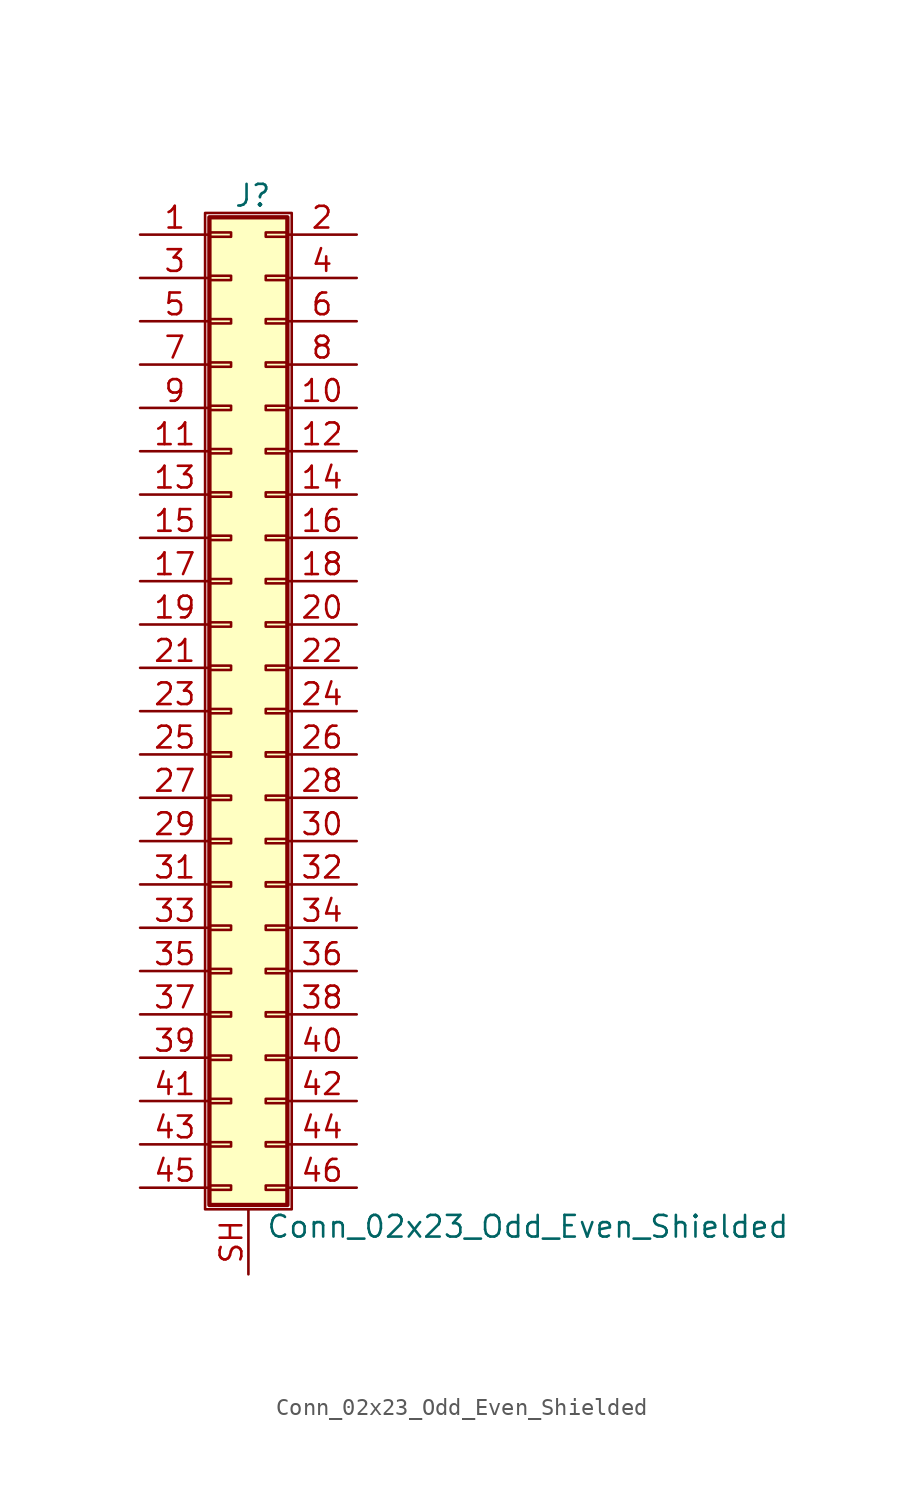
<source format=kicad_sym>
(kicad_symbol_lib
  (version 20201005)
  (generator kicad_symbol_editor)
  (symbol "Conn_02x23_Odd_Even_Shielded"
    (pin_names
      (offset 1.016) hide)
    (property "Reference" "J"
      (at 1.524 30.226 0)
      (effects (font (size 1.27 1.27))))
    (property "Value" "Conn_02x23_Odd_Even_Shielded"
      (at 2.286 -30.226 0)
      (effects (font (size 1.27 1.27)) (justify left)))
    (symbol "Conn_02x23_Odd_Even_Shielded_1_1"
      (rectangle (start -1.27 29.21) (end 3.81 -29.21) (stroke (width 0.152)) (fill (type none)))
      (rectangle (start -1.016 -27.813) (end 0.254 -28.067) (stroke (width 0.152)) (fill (type none)))
      (rectangle (start -1.016 -25.273) (end 0.254 -25.527) (stroke (width 0.152)) (fill (type none)))
      (rectangle (start -1.016 -22.733) (end 0.254 -22.987) (stroke (width 0.152)) (fill (type none)))
      (rectangle (start -1.016 -20.193) (end 0.254 -20.447) (stroke (width 0.152)) (fill (type none)))
      (rectangle (start -1.016 -17.653) (end 0.254 -17.907) (stroke (width 0.152)) (fill (type none)))
      (rectangle (start -1.016 -15.113) (end 0.254 -15.367) (stroke (width 0.152)) (fill (type none)))
      (rectangle (start -1.016 -12.573) (end 0.254 -12.827) (stroke (width 0.152)) (fill (type none)))
      (rectangle (start -1.016 -10.033) (end 0.254 -10.287) (stroke (width 0.152)) (fill (type none)))
      (rectangle (start -1.016 -7.493) (end 0.254 -7.747) (stroke (width 0.152)) (fill (type none)))
      (rectangle (start -1.016 -4.953) (end 0.254 -5.207) (stroke (width 0.152)) (fill (type none)))
      (rectangle (start -1.016 -2.413) (end 0.254 -2.667) (stroke (width 0.152)) (fill (type none)))
      (rectangle (start -1.016 0.127) (end 0.254 -0.127) (stroke (width 0.152)) (fill (type none)))
      (rectangle (start -1.016 2.667) (end 0.254 2.413) (stroke (width 0.152)) (fill (type none)))
      (rectangle (start -1.016 5.207) (end 0.254 4.953) (stroke (width 0.152)) (fill (type none)))
      (rectangle (start -1.016 7.747) (end 0.254 7.493) (stroke (width 0.152)) (fill (type none)))
      (rectangle (start -1.016 10.287) (end 0.254 10.033) (stroke (width 0.152)) (fill (type none)))
      (rectangle (start -1.016 12.827) (end 0.254 12.573) (stroke (width 0.152)) (fill (type none)))
      (rectangle (start -1.016 15.367) (end 0.254 15.113) (stroke (width 0.152)) (fill (type none)))
      (rectangle (start -1.016 17.907) (end 0.254 17.653) (stroke (width 0.152)) (fill (type none)))
      (rectangle (start -1.016 20.447) (end 0.254 20.193) (stroke (width 0.152)) (fill (type none)))
      (rectangle (start -1.016 22.987) (end 0.254 22.733) (stroke (width 0.152)) (fill (type none)))
      (rectangle (start -1.016 25.527) (end 0.254 25.273) (stroke (width 0.152)) (fill (type none)))
      (rectangle (start -1.016 28.067) (end 0.254 27.813) (stroke (width 0.152)) (fill (type none)))
      (rectangle (start 3.556 -27.813) (end 2.286 -28.067) (stroke (width 0.152)) (fill (type none)))
      (rectangle (start 3.556 -25.273) (end 2.286 -25.527) (stroke (width 0.152)) (fill (type none)))
      (rectangle (start 3.556 -22.733) (end 2.286 -22.987) (stroke (width 0.152)) (fill (type none)))
      (rectangle (start 3.556 -20.193) (end 2.286 -20.447) (stroke (width 0.152)) (fill (type none)))
      (rectangle (start 3.556 -17.653) (end 2.286 -17.907) (stroke (width 0.152)) (fill (type none)))
      (rectangle (start 3.556 -15.113) (end 2.286 -15.367) (stroke (width 0.152)) (fill (type none)))
      (rectangle (start 3.556 -12.573) (end 2.286 -12.827) (stroke (width 0.152)) (fill (type none)))
      (rectangle (start 3.556 -10.033) (end 2.286 -10.287) (stroke (width 0.152)) (fill (type none)))
      (rectangle (start 3.556 -7.493) (end 2.286 -7.747) (stroke (width 0.152)) (fill (type none)))
      (rectangle (start 3.556 -4.953) (end 2.286 -5.207) (stroke (width 0.152)) (fill (type none)))
      (rectangle (start 3.556 -2.413) (end 2.286 -2.667) (stroke (width 0.152)) (fill (type none)))
      (rectangle (start 3.556 0.127) (end 2.286 -0.127) (stroke (width 0.152)) (fill (type none)))
      (rectangle (start 3.556 2.667) (end 2.286 2.413) (stroke (width 0.152)) (fill (type none)))
      (rectangle (start 3.556 5.207) (end 2.286 4.953) (stroke (width 0.152)) (fill (type none)))
      (rectangle (start 3.556 7.747) (end 2.286 7.493) (stroke (width 0.152)) (fill (type none)))
      (rectangle (start 3.556 10.287) (end 2.286 10.033) (stroke (width 0.152)) (fill (type none)))
      (rectangle (start 3.556 12.827) (end 2.286 12.573) (stroke (width 0.152)) (fill (type none)))
      (rectangle (start 3.556 15.367) (end 2.286 15.113) (stroke (width 0.152)) (fill (type none)))
      (rectangle (start 3.556 17.907) (end 2.286 17.653) (stroke (width 0.152)) (fill (type none)))
      (rectangle (start 3.556 20.447) (end 2.286 20.193) (stroke (width 0.152)) (fill (type none)))
      (rectangle (start 3.556 22.987) (end 2.286 22.733) (stroke (width 0.152)) (fill (type none)))
      (rectangle (start 3.556 25.527) (end 2.286 25.273) (stroke (width 0.152)) (fill (type none)))
      (rectangle (start 3.556 28.067) (end 2.286 27.813) (stroke (width 0.152)) (fill (type none)))
      (rectangle (start -1.016 28.956) (end 3.556 -28.956) (stroke (width 0.254)) (fill (type background)))
      (pin passive line (at -5.08 27.94 0) (length 4.064) (name "Pin_1" (effects (font (size 1.27 1.27)))) (number "1" (effects (font (size 1.27 1.27)))))
      (pin passive line (at 7.62 17.78 180) (length 4.064) (name "Pin_10" (effects (font (size 1.27 1.27)))) (number "10" (effects (font (size 1.27 1.27)))))
      (pin passive line (at -5.08 15.24 0) (length 4.064) (name "Pin_11" (effects (font (size 1.27 1.27)))) (number "11" (effects (font (size 1.27 1.27)))))
      (pin passive line (at 7.62 15.24 180) (length 4.064) (name "Pin_12" (effects (font (size 1.27 1.27)))) (number "12" (effects (font (size 1.27 1.27)))))
      (pin passive line (at -5.08 12.7 0) (length 4.064) (name "Pin_13" (effects (font (size 1.27 1.27)))) (number "13" (effects (font (size 1.27 1.27)))))
      (pin passive line (at 7.62 12.7 180) (length 4.064) (name "Pin_14" (effects (font (size 1.27 1.27)))) (number "14" (effects (font (size 1.27 1.27)))))
      (pin passive line (at -5.08 10.16 0) (length 4.064) (name "Pin_15" (effects (font (size 1.27 1.27)))) (number "15" (effects (font (size 1.27 1.27)))))
      (pin passive line (at 7.62 10.16 180) (length 4.064) (name "Pin_16" (effects (font (size 1.27 1.27)))) (number "16" (effects (font (size 1.27 1.27)))))
      (pin passive line (at -5.08 7.62 0) (length 4.064) (name "Pin_17" (effects (font (size 1.27 1.27)))) (number "17" (effects (font (size 1.27 1.27)))))
      (pin passive line (at 7.62 7.62 180) (length 4.064) (name "Pin_18" (effects (font (size 1.27 1.27)))) (number "18" (effects (font (size 1.27 1.27)))))
      (pin passive line (at -5.08 5.08 0) (length 4.064) (name "Pin_19" (effects (font (size 1.27 1.27)))) (number "19" (effects (font (size 1.27 1.27)))))
      (pin passive line (at 7.62 27.94 180) (length 4.064) (name "Pin_2" (effects (font (size 1.27 1.27)))) (number "2" (effects (font (size 1.27 1.27)))))
      (pin passive line (at 7.62 5.08 180) (length 4.064) (name "Pin_20" (effects (font (size 1.27 1.27)))) (number "20" (effects (font (size 1.27 1.27)))))
      (pin passive line (at -5.08 2.54 0) (length 4.064) (name "Pin_21" (effects (font (size 1.27 1.27)))) (number "21" (effects (font (size 1.27 1.27)))))
      (pin passive line (at 7.62 2.54 180) (length 4.064) (name "Pin_22" (effects (font (size 1.27 1.27)))) (number "22" (effects (font (size 1.27 1.27)))))
      (pin passive line (at -5.08 0 0) (length 4.064) (name "Pin_23" (effects (font (size 1.27 1.27)))) (number "23" (effects (font (size 1.27 1.27)))))
      (pin passive line (at 7.62 0 180) (length 4.064) (name "Pin_24" (effects (font (size 1.27 1.27)))) (number "24" (effects (font (size 1.27 1.27)))))
      (pin passive line (at -5.08 -2.54 0) (length 4.064) (name "Pin_25" (effects (font (size 1.27 1.27)))) (number "25" (effects (font (size 1.27 1.27)))))
      (pin passive line (at 7.62 -2.54 180) (length 4.064) (name "Pin_26" (effects (font (size 1.27 1.27)))) (number "26" (effects (font (size 1.27 1.27)))))
      (pin passive line (at -5.08 -5.08 0) (length 4.064) (name "Pin_27" (effects (font (size 1.27 1.27)))) (number "27" (effects (font (size 1.27 1.27)))))
      (pin passive line (at 7.62 -5.08 180) (length 4.064) (name "Pin_28" (effects (font (size 1.27 1.27)))) (number "28" (effects (font (size 1.27 1.27)))))
      (pin passive line (at -5.08 -7.62 0) (length 4.064) (name "Pin_29" (effects (font (size 1.27 1.27)))) (number "29" (effects (font (size 1.27 1.27)))))
      (pin passive line (at -5.08 25.4 0) (length 4.064) (name "Pin_3" (effects (font (size 1.27 1.27)))) (number "3" (effects (font (size 1.27 1.27)))))
      (pin passive line (at 7.62 -7.62 180) (length 4.064) (name "Pin_30" (effects (font (size 1.27 1.27)))) (number "30" (effects (font (size 1.27 1.27)))))
      (pin passive line (at -5.08 -10.16 0) (length 4.064) (name "Pin_31" (effects (font (size 1.27 1.27)))) (number "31" (effects (font (size 1.27 1.27)))))
      (pin passive line (at 7.62 -10.16 180) (length 4.064) (name "Pin_32" (effects (font (size 1.27 1.27)))) (number "32" (effects (font (size 1.27 1.27)))))
      (pin passive line (at -5.08 -12.7 0) (length 4.064) (name "Pin_33" (effects (font (size 1.27 1.27)))) (number "33" (effects (font (size 1.27 1.27)))))
      (pin passive line (at 7.62 -12.7 180) (length 4.064) (name "Pin_34" (effects (font (size 1.27 1.27)))) (number "34" (effects (font (size 1.27 1.27)))))
      (pin passive line (at -5.08 -15.24 0) (length 4.064) (name "Pin_35" (effects (font (size 1.27 1.27)))) (number "35" (effects (font (size 1.27 1.27)))))
      (pin passive line (at 7.62 -15.24 180) (length 4.064) (name "Pin_36" (effects (font (size 1.27 1.27)))) (number "36" (effects (font (size 1.27 1.27)))))
      (pin passive line (at -5.08 -17.78 0) (length 4.064) (name "Pin_37" (effects (font (size 1.27 1.27)))) (number "37" (effects (font (size 1.27 1.27)))))
      (pin passive line (at 7.62 -17.78 180) (length 4.064) (name "Pin_38" (effects (font (size 1.27 1.27)))) (number "38" (effects (font (size 1.27 1.27)))))
      (pin passive line (at -5.08 -20.32 0) (length 4.064) (name "Pin_39" (effects (font (size 1.27 1.27)))) (number "39" (effects (font (size 1.27 1.27)))))
      (pin passive line (at 7.62 25.4 180) (length 4.064) (name "Pin_4" (effects (font (size 1.27 1.27)))) (number "4" (effects (font (size 1.27 1.27)))))
      (pin passive line (at 7.62 -20.32 180) (length 4.064) (name "Pin_40" (effects (font (size 1.27 1.27)))) (number "40" (effects (font (size 1.27 1.27)))))
      (pin passive line (at -5.08 -22.86 0) (length 4.064) (name "Pin_41" (effects (font (size 1.27 1.27)))) (number "41" (effects (font (size 1.27 1.27)))))
      (pin passive line (at 7.62 -22.86 180) (length 4.064) (name "Pin_42" (effects (font (size 1.27 1.27)))) (number "42" (effects (font (size 1.27 1.27)))))
      (pin passive line (at -5.08 -25.4 0) (length 4.064) (name "Pin_43" (effects (font (size 1.27 1.27)))) (number "43" (effects (font (size 1.27 1.27)))))
      (pin passive line (at 7.62 -25.4 180) (length 4.064) (name "Pin_44" (effects (font (size 1.27 1.27)))) (number "44" (effects (font (size 1.27 1.27)))))
      (pin passive line (at -5.08 -27.94 0) (length 4.064) (name "Pin_45" (effects (font (size 1.27 1.27)))) (number "45" (effects (font (size 1.27 1.27)))))
      (pin passive line (at 7.62 -27.94 180) (length 4.064) (name "Pin_46" (effects (font (size 1.27 1.27)))) (number "46" (effects (font (size 1.27 1.27)))))
      (pin passive line (at -5.08 22.86 0) (length 4.064) (name "Pin_5" (effects (font (size 1.27 1.27)))) (number "5" (effects (font (size 1.27 1.27)))))
      (pin passive line (at 7.62 22.86 180) (length 4.064) (name "Pin_6" (effects (font (size 1.27 1.27)))) (number "6" (effects (font (size 1.27 1.27)))))
      (pin passive line (at -5.08 20.32 0) (length 4.064) (name "Pin_7" (effects (font (size 1.27 1.27)))) (number "7" (effects (font (size 1.27 1.27)))))
      (pin passive line (at 7.62 20.32 180) (length 4.064) (name "Pin_8" (effects (font (size 1.27 1.27)))) (number "8" (effects (font (size 1.27 1.27)))))
      (pin passive line (at -5.08 17.78 0) (length 4.064) (name "Pin_9" (effects (font (size 1.27 1.27)))) (number "9" (effects (font (size 1.27 1.27)))))
      (pin passive line (at 1.27 -33.02 90) (length 3.81) (name "Shield" (effects (font (size 1.27 1.27)))) (number "SH" (effects (font (size 1.27 1.27))))))))
</source>
